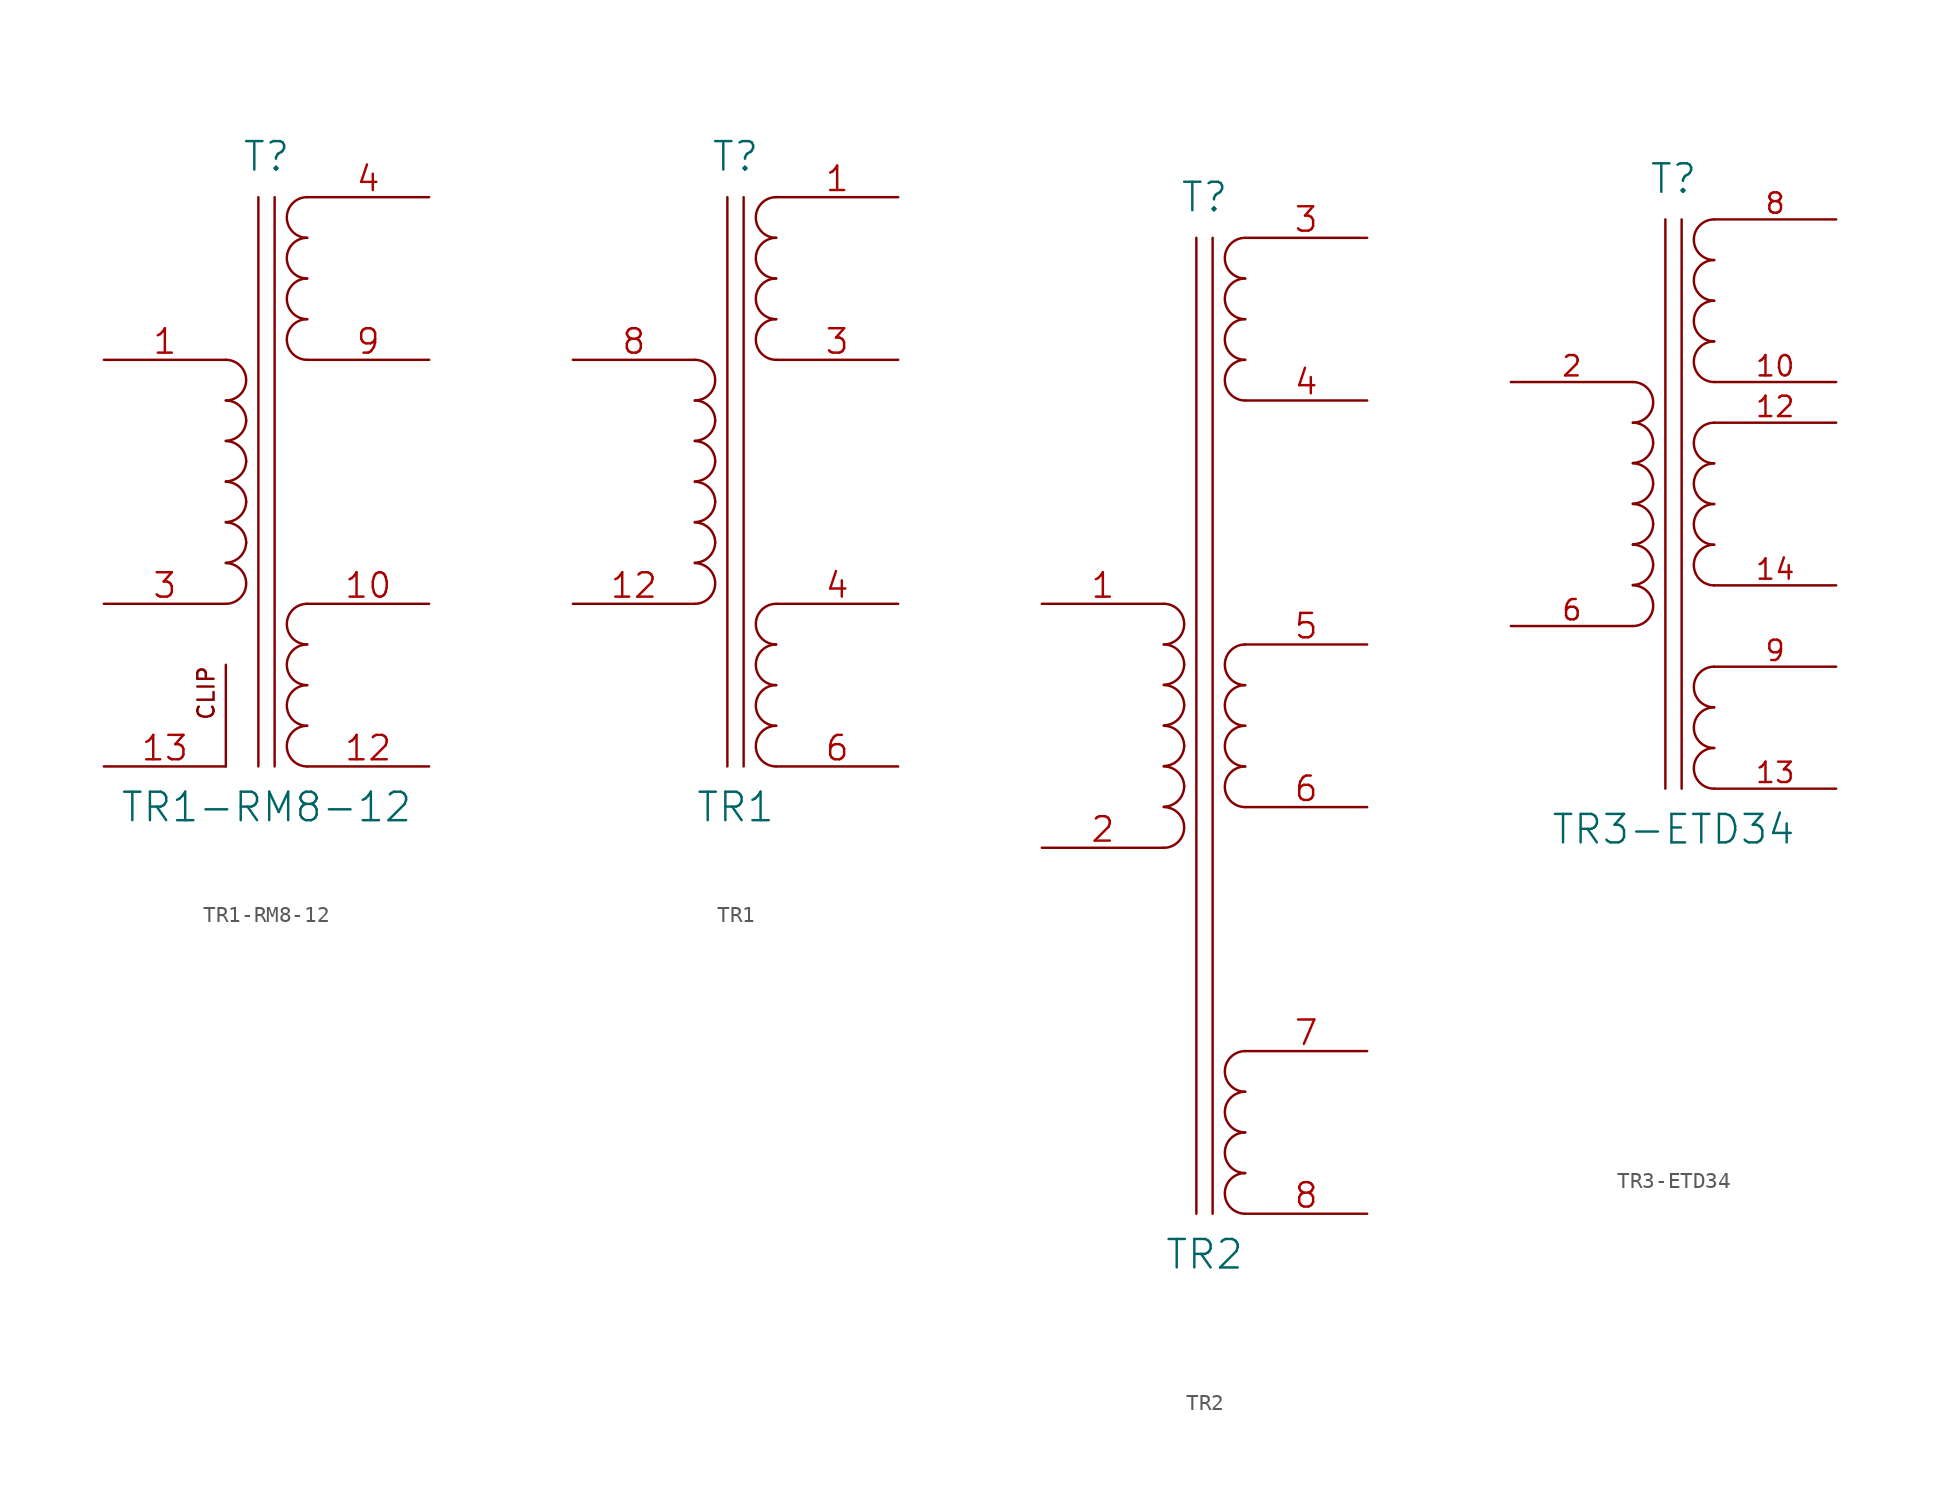
<source format=kicad_sym>
(kicad_symbol_lib
  (version 20211014)
  (generator kicad_symbol_editor)
  (symbol "TR1-RM8-12"
    (pin_names
      (offset 1.016) hide)
    (property "Reference" "T"
      (at 0 20.32 0)
      (effects (font (size 1.778 1.778))))
    (property "Value" "TR1-RM8-12"
      (at 0 -20.32 0)
      (effects (font (size 1.778 1.778))))
    (property "Footprint" ""
      (at 0 0 0)
      (effects (font (size 1.524 1.524))))
    (property "Datasheet" ""
      (at 0 0 0)
      (effects (font (size 1.524 1.524))))
    (symbol "TR1-RM8-12_0_0"
      (text "CLIP" (at -3.175 -11.43 900) (effects (font (size 1.016 1.016)) (justify right bottom))))
    (symbol "TR1-RM8-12_0_1"
      (arc (start -2.54 -7.62) (mid -1.27 -6.35) (end -2.54 -5.08) (stroke (width 0) (type default) (color 0 0 0 0)) (fill (type none)))
      (arc (start -2.54 -5.0546) (mid -1.6599 -4.6901) (end -1.27 -3.81) (stroke (width 0) (type default) (color 0 0 0 0)) (fill (type none)))
      (arc (start -2.54 -2.5146) (mid -1.6599 -2.1501) (end -1.27 -1.27) (stroke (width 0) (type default) (color 0 0 0 0)) (fill (type none)))
      (arc (start -2.54 0.0254) (mid -1.6599 0.3899) (end -1.27 1.27) (stroke (width 0) (type default) (color 0 0 0 0)) (fill (type none)))
      (arc (start -2.54 2.5654) (mid -1.6599 2.9299) (end -1.27 3.81) (stroke (width 0) (type default) (color 0 0 0 0)) (fill (type none)))
      (arc (start -2.54 5.08) (mid -1.27 6.35) (end -2.54 7.62) (stroke (width 0) (type default) (color 0 0 0 0)) (fill (type none)))
      (arc (start -1.27 -3.81) (mid -1.642 -2.912) (end -2.54 -2.54) (stroke (width 0) (type default) (color 0 0 0 0)) (fill (type none)))
      (arc (start -1.27 -1.27) (mid -1.642 -0.372) (end -2.54 0) (stroke (width 0) (type default) (color 0 0 0 0)) (fill (type none)))
      (arc (start -1.27 1.27) (mid -1.642 2.168) (end -2.54 2.54) (stroke (width 0) (type default) (color 0 0 0 0)) (fill (type none)))
      (arc (start -1.27 3.81) (mid -1.642 4.708) (end -2.54 5.08) (stroke (width 0) (type default) (color 0 0 0 0)) (fill (type none)))
      (polyline (pts (xy -2.54 -17.78) (xy -2.54 -11.43)) (stroke (width 0) (type default) (color 0 0 0 0)) (fill (type none)))
      (polyline (pts (xy -0.508 -17.78) (xy -0.508 17.78)) (stroke (width 0) (type default) (color 0 0 0 0)) (fill (type none)))
      (polyline (pts (xy 0.508 17.78) (xy 0.508 -17.78)) (stroke (width 0) (type default) (color 0 0 0 0)) (fill (type none)))
      (arc (start 2.54 -15.24) (mid 1.27 -16.51) (end 2.54 -17.78) (stroke (width 0) (type default) (color 0 0 0 0)) (fill (type none)))
      (arc (start 2.54 -12.7) (mid 1.27 -13.97) (end 2.54 -15.24) (stroke (width 0) (type default) (color 0 0 0 0)) (fill (type none)))
      (arc (start 2.54 -10.16) (mid 1.27 -11.43) (end 2.54 -12.7) (stroke (width 0) (type default) (color 0 0 0 0)) (fill (type none)))
      (arc (start 2.54 -7.62) (mid 1.27 -8.89) (end 2.54 -10.16) (stroke (width 0) (type default) (color 0 0 0 0)) (fill (type none)))
      (arc (start 2.54 10.16) (mid 1.27 8.89) (end 2.54 7.62) (stroke (width 0) (type default) (color 0 0 0 0)) (fill (type none)))
      (arc (start 2.54 12.7) (mid 1.27 11.43) (end 2.54 10.16) (stroke (width 0) (type default) (color 0 0 0 0)) (fill (type none)))
      (arc (start 2.54 15.24) (mid 1.27 13.97) (end 2.54 12.7) (stroke (width 0) (type default) (color 0 0 0 0)) (fill (type none)))
      (arc (start 2.54 17.78) (mid 1.27 16.51) (end 2.54 15.24) (stroke (width 0) (type default) (color 0 0 0 0)) (fill (type none))))
    (symbol "TR1-RM8-12_1_1"
      (pin passive line (at -10.16 7.62 0) (length 7.62) (name "AA" (effects (font (size 1.524 1.524)))) (number "1" (effects (font (size 1.524 1.524)))))
      (pin passive line (at 10.16 -7.62 180) (length 7.62) (name "SC" (effects (font (size 1.524 1.524)))) (number "10" (effects (font (size 1.524 1.524)))))
      (pin no_connect line (at -10.16 14.605 0) (length 7.62) hide (name "~" (effects (font (size 1.524 1.524)))) (number "11" (effects (font (size 1.524 1.524)))))
      (pin passive line (at 10.16 -17.78 180) (length 7.62) (name "SD" (effects (font (size 1.524 1.524)))) (number "12" (effects (font (size 1.524 1.524)))))
      (pin passive line (at -10.16 -17.78 0) (length 7.62) (name "~" (effects (font (size 1.524 1.524)))) (number "13" (effects (font (size 1.524 1.524)))))
      (pin no_connect line (at 10.16 3.81 180) (length 7.62) hide (name "~" (effects (font (size 1.524 1.524)))) (number "2" (effects (font (size 1.524 1.524)))))
      (pin passive line (at -10.16 -7.62 0) (length 7.62) (name "AB" (effects (font (size 1.524 1.524)))) (number "3" (effects (font (size 1.524 1.524)))))
      (pin passive line (at 10.16 17.78 180) (length 7.62) (name "SA" (effects (font (size 1.524 1.524)))) (number "4" (effects (font (size 1.524 1.524)))))
      (pin no_connect line (at 10.16 1.27 180) (length 7.62) hide (name "~" (effects (font (size 1.524 1.524)))) (number "5" (effects (font (size 1.524 1.524)))))
      (pin no_connect line (at 10.16 -1.27 180) (length 7.62) hide (name "~" (effects (font (size 1.524 1.524)))) (number "6" (effects (font (size 1.524 1.524)))))
      (pin no_connect line (at 10.16 -3.81 180) (length 7.62) hide (name "~" (effects (font (size 1.524 1.524)))) (number "7" (effects (font (size 1.524 1.524)))))
      (pin no_connect line (at -10.16 17.145 0) (length 7.62) hide (name "~" (effects (font (size 1.524 1.524)))) (number "8" (effects (font (size 1.524 1.524)))))
      (pin passive line (at 10.16 7.62 180) (length 7.62) (name "SB" (effects (font (size 1.524 1.524)))) (number "9" (effects (font (size 1.524 1.524)))))))
  (symbol "TR1"
    (pin_names
      (offset 1.016) hide)
    (property "Reference" "T"
      (at 0 20.32 0)
      (effects (font (size 1.778 1.778))))
    (property "Value" "TR1"
      (at 0 -20.32 0)
      (effects (font (size 1.778 1.778))))
    (property "Footprint" ""
      (at 0 0 0)
      (effects (font (size 1.524 1.524))))
    (property "Datasheet" ""
      (at 0 0 0)
      (effects (font (size 1.524 1.524))))
    (symbol "TR1_0_1"
      (arc (start -2.54 -7.62) (mid -1.27 -6.35) (end -2.54 -5.08) (stroke (width 0) (type default) (color 0 0 0 0)) (fill (type none)))
      (arc (start -2.54 -5.0546) (mid -1.6599 -4.6901) (end -1.27 -3.81) (stroke (width 0) (type default) (color 0 0 0 0)) (fill (type none)))
      (arc (start -2.54 -2.5146) (mid -1.6599 -2.1501) (end -1.27 -1.27) (stroke (width 0) (type default) (color 0 0 0 0)) (fill (type none)))
      (arc (start -2.54 0.0254) (mid -1.6599 0.3899) (end -1.27 1.27) (stroke (width 0) (type default) (color 0 0 0 0)) (fill (type none)))
      (arc (start -2.54 2.5654) (mid -1.6599 2.9299) (end -1.27 3.81) (stroke (width 0) (type default) (color 0 0 0 0)) (fill (type none)))
      (arc (start -2.54 5.08) (mid -1.27 6.35) (end -2.54 7.62) (stroke (width 0) (type default) (color 0 0 0 0)) (fill (type none)))
      (arc (start -1.27 -3.81) (mid -1.642 -2.912) (end -2.54 -2.54) (stroke (width 0) (type default) (color 0 0 0 0)) (fill (type none)))
      (arc (start -1.27 -1.27) (mid -1.642 -0.372) (end -2.54 0) (stroke (width 0) (type default) (color 0 0 0 0)) (fill (type none)))
      (arc (start -1.27 1.27) (mid -1.642 2.168) (end -2.54 2.54) (stroke (width 0) (type default) (color 0 0 0 0)) (fill (type none)))
      (arc (start -1.27 3.81) (mid -1.642 4.708) (end -2.54 5.08) (stroke (width 0) (type default) (color 0 0 0 0)) (fill (type none)))
      (polyline (pts (xy -0.508 -17.78) (xy -0.508 17.78)) (stroke (width 0) (type default) (color 0 0 0 0)) (fill (type none)))
      (polyline (pts (xy 0.508 17.78) (xy 0.508 -17.78)) (stroke (width 0) (type default) (color 0 0 0 0)) (fill (type none)))
      (arc (start 2.54 -15.24) (mid 1.27 -16.51) (end 2.54 -17.78) (stroke (width 0) (type default) (color 0 0 0 0)) (fill (type none)))
      (arc (start 2.54 -12.7) (mid 1.27 -13.97) (end 2.54 -15.24) (stroke (width 0) (type default) (color 0 0 0 0)) (fill (type none)))
      (arc (start 2.54 -10.16) (mid 1.27 -11.43) (end 2.54 -12.7) (stroke (width 0) (type default) (color 0 0 0 0)) (fill (type none)))
      (arc (start 2.54 -7.62) (mid 1.27 -8.89) (end 2.54 -10.16) (stroke (width 0) (type default) (color 0 0 0 0)) (fill (type none)))
      (arc (start 2.54 10.16) (mid 1.27 8.89) (end 2.54 7.62) (stroke (width 0) (type default) (color 0 0 0 0)) (fill (type none)))
      (arc (start 2.54 12.7) (mid 1.27 11.43) (end 2.54 10.16) (stroke (width 0) (type default) (color 0 0 0 0)) (fill (type none)))
      (arc (start 2.54 15.24) (mid 1.27 13.97) (end 2.54 12.7) (stroke (width 0) (type default) (color 0 0 0 0)) (fill (type none)))
      (arc (start 2.54 17.78) (mid 1.27 16.51) (end 2.54 15.24) (stroke (width 0) (type default) (color 0 0 0 0)) (fill (type none))))
    (symbol "TR1_1_1"
      (pin passive line (at 10.16 17.78 180) (length 7.62) (name "SA" (effects (font (size 1.524 1.524)))) (number "1" (effects (font (size 1.524 1.524)))))
      (pin passive line (at -10.16 -7.62 0) (length 7.62) (name "AB" (effects (font (size 1.524 1.524)))) (number "12" (effects (font (size 1.524 1.524)))))
      (pin passive line (at 10.16 7.62 180) (length 7.62) (name "SB" (effects (font (size 1.524 1.524)))) (number "3" (effects (font (size 1.524 1.524)))))
      (pin passive line (at 10.16 -7.62 180) (length 7.62) (name "SC" (effects (font (size 1.524 1.524)))) (number "4" (effects (font (size 1.524 1.524)))))
      (pin passive line (at 10.16 -17.78 180) (length 7.62) (name "SD" (effects (font (size 1.524 1.524)))) (number "6" (effects (font (size 1.524 1.524)))))
      (pin passive line (at -10.16 7.62 0) (length 7.62) (name "AA" (effects (font (size 1.524 1.524)))) (number "8" (effects (font (size 1.524 1.524)))))))
  (symbol "TR2"
    (pin_names
      (offset 1.016) hide)
    (property "Reference" "T"
      (at 0 33.02 0)
      (effects (font (size 1.778 1.778))))
    (property "Value" "TR2"
      (at 0 -33.02 0)
      (effects (font (size 1.778 1.778))))
    (property "Footprint" ""
      (at 0 0 0)
      (effects (font (size 1.524 1.524))))
    (property "Datasheet" ""
      (at 0 0 0)
      (effects (font (size 1.524 1.524))))
    (symbol "TR2_0_1"
      (arc (start -2.54 -7.62) (mid -1.27 -6.35) (end -2.54 -5.08) (stroke (width 0) (type default) (color 0 0 0 0)) (fill (type none)))
      (arc (start -2.54 -5.0546) (mid -1.6599 -4.6901) (end -1.27 -3.81) (stroke (width 0) (type default) (color 0 0 0 0)) (fill (type none)))
      (arc (start -2.54 -2.5146) (mid -1.6599 -2.1501) (end -1.27 -1.27) (stroke (width 0) (type default) (color 0 0 0 0)) (fill (type none)))
      (arc (start -2.54 0.0254) (mid -1.6599 0.3899) (end -1.27 1.27) (stroke (width 0) (type default) (color 0 0 0 0)) (fill (type none)))
      (arc (start -2.54 2.5654) (mid -1.6599 2.9299) (end -1.27 3.81) (stroke (width 0) (type default) (color 0 0 0 0)) (fill (type none)))
      (arc (start -2.54 5.08) (mid -1.27 6.35) (end -2.54 7.62) (stroke (width 0) (type default) (color 0 0 0 0)) (fill (type none)))
      (arc (start -1.27 -3.81) (mid -1.642 -2.912) (end -2.54 -2.54) (stroke (width 0) (type default) (color 0 0 0 0)) (fill (type none)))
      (arc (start -1.27 -1.27) (mid -1.642 -0.372) (end -2.54 0) (stroke (width 0) (type default) (color 0 0 0 0)) (fill (type none)))
      (arc (start -1.27 1.27) (mid -1.642 2.168) (end -2.54 2.54) (stroke (width 0) (type default) (color 0 0 0 0)) (fill (type none)))
      (arc (start -1.27 3.81) (mid -1.642 4.708) (end -2.54 5.08) (stroke (width 0) (type default) (color 0 0 0 0)) (fill (type none)))
      (polyline (pts (xy -0.508 -30.48) (xy -0.508 30.48)) (stroke (width 0) (type default) (color 0 0 0 0)) (fill (type none)))
      (polyline (pts (xy 0.508 30.48) (xy 0.508 -30.48)) (stroke (width 0) (type default) (color 0 0 0 0)) (fill (type none)))
      (arc (start 2.54 -27.94) (mid 1.27 -29.21) (end 2.54 -30.48) (stroke (width 0) (type default) (color 0 0 0 0)) (fill (type none)))
      (arc (start 2.54 -25.4) (mid 1.27 -26.67) (end 2.54 -27.94) (stroke (width 0) (type default) (color 0 0 0 0)) (fill (type none)))
      (arc (start 2.54 -22.86) (mid 1.27 -24.13) (end 2.54 -25.4) (stroke (width 0) (type default) (color 0 0 0 0)) (fill (type none)))
      (arc (start 2.54 -20.32) (mid 1.27 -21.59) (end 2.54 -22.86) (stroke (width 0) (type default) (color 0 0 0 0)) (fill (type none)))
      (arc (start 2.54 -2.54) (mid 1.27 -3.81) (end 2.54 -5.08) (stroke (width 0) (type default) (color 0 0 0 0)) (fill (type none)))
      (arc (start 2.54 0) (mid 1.27 -1.27) (end 2.54 -2.54) (stroke (width 0) (type default) (color 0 0 0 0)) (fill (type none)))
      (arc (start 2.54 2.54) (mid 1.27 1.27) (end 2.54 0) (stroke (width 0) (type default) (color 0 0 0 0)) (fill (type none)))
      (arc (start 2.54 5.08) (mid 1.27 3.81) (end 2.54 2.54) (stroke (width 0) (type default) (color 0 0 0 0)) (fill (type none)))
      (arc (start 2.54 22.86) (mid 1.27 21.59) (end 2.54 20.32) (stroke (width 0) (type default) (color 0 0 0 0)) (fill (type none)))
      (arc (start 2.54 25.4) (mid 1.27 24.13) (end 2.54 22.86) (stroke (width 0) (type default) (color 0 0 0 0)) (fill (type none)))
      (arc (start 2.54 27.94) (mid 1.27 26.67) (end 2.54 25.4) (stroke (width 0) (type default) (color 0 0 0 0)) (fill (type none)))
      (arc (start 2.54 30.48) (mid 1.27 29.21) (end 2.54 27.94) (stroke (width 0) (type default) (color 0 0 0 0)) (fill (type none))))
    (symbol "TR2_1_1"
      (pin passive line (at -10.16 7.62 0) (length 7.62) (name "~" (effects (font (size 1.524 1.524)))) (number "1" (effects (font (size 1.524 1.524)))))
      (pin passive line (at -10.16 -7.62 0) (length 7.62) (name "~" (effects (font (size 1.524 1.524)))) (number "2" (effects (font (size 1.524 1.524)))))
      (pin input line (at 10.16 30.48 180) (length 7.62) (name "~" (effects (font (size 1.27 1.27)))) (number "3" (effects (font (size 1.524 1.524)))))
      (pin input line (at 10.16 20.32 180) (length 7.62) (name "~" (effects (font (size 1.27 1.27)))) (number "4" (effects (font (size 1.524 1.524)))))
      (pin passive line (at 10.16 5.08 180) (length 7.62) (name "~" (effects (font (size 1.524 1.524)))) (number "5" (effects (font (size 1.524 1.524)))))
      (pin passive line (at 10.16 -5.08 180) (length 7.62) (name "~" (effects (font (size 1.524 1.524)))) (number "6" (effects (font (size 1.524 1.524)))))
      (pin passive line (at 10.16 -20.32 180) (length 7.62) (name "~" (effects (font (size 1.524 1.524)))) (number "7" (effects (font (size 1.524 1.524)))))
      (pin passive line (at 10.16 -30.48 180) (length 7.62) (name "~" (effects (font (size 1.524 1.524)))) (number "8" (effects (font (size 1.524 1.524)))))))
  (symbol "TR3-ETD34"
    (pin_names
      (offset 1.016) hide)
    (property "Reference" "T"
      (at 0 20.32 0)
      (effects (font (size 1.778 1.778))))
    (property "Value" "TR3-ETD34"
      (at 0 -20.32 0)
      (effects (font (size 1.778 1.778))))
    (property "Footprint" ""
      (at 0 0 0)
      (effects (font (size 1.524 1.524))))
    (property "Datasheet" ""
      (at 0 0 0)
      (effects (font (size 1.524 1.524))))
    (symbol "TR3-ETD34_0_1"
      (arc (start -2.54 -7.62) (mid -1.27 -6.35) (end -2.54 -5.08) (stroke (width 0) (type default) (color 0 0 0 0)) (fill (type none)))
      (arc (start -2.54 -5.0546) (mid -1.6599 -4.6901) (end -1.27 -3.81) (stroke (width 0) (type default) (color 0 0 0 0)) (fill (type none)))
      (arc (start -2.54 -2.5146) (mid -1.6599 -2.1501) (end -1.27 -1.27) (stroke (width 0) (type default) (color 0 0 0 0)) (fill (type none)))
      (arc (start -2.54 0.0254) (mid -1.6599 0.3899) (end -1.27 1.27) (stroke (width 0) (type default) (color 0 0 0 0)) (fill (type none)))
      (arc (start -2.54 2.5654) (mid -1.6599 2.9299) (end -1.27 3.81) (stroke (width 0) (type default) (color 0 0 0 0)) (fill (type none)))
      (arc (start -2.54 5.08) (mid -1.27 6.35) (end -2.54 7.62) (stroke (width 0) (type default) (color 0 0 0 0)) (fill (type none)))
      (arc (start -1.27 -3.81) (mid -1.642 -2.912) (end -2.54 -2.54) (stroke (width 0) (type default) (color 0 0 0 0)) (fill (type none)))
      (arc (start -1.27 -1.27) (mid -1.642 -0.372) (end -2.54 0) (stroke (width 0) (type default) (color 0 0 0 0)) (fill (type none)))
      (arc (start -1.27 1.27) (mid -1.642 2.168) (end -2.54 2.54) (stroke (width 0) (type default) (color 0 0 0 0)) (fill (type none)))
      (arc (start -1.27 3.81) (mid -1.642 4.708) (end -2.54 5.08) (stroke (width 0) (type default) (color 0 0 0 0)) (fill (type none)))
      (polyline (pts (xy -0.508 -17.78) (xy -0.508 17.78)) (stroke (width 0) (type default) (color 0 0 0 0)) (fill (type none)))
      (polyline (pts (xy 0.508 17.78) (xy 0.508 -17.78)) (stroke (width 0) (type default) (color 0 0 0 0)) (fill (type none)))
      (arc (start 2.54 -15.24) (mid 1.27 -16.51) (end 2.54 -17.78) (stroke (width 0) (type default) (color 0 0 0 0)) (fill (type none)))
      (arc (start 2.54 -12.7) (mid 1.27 -13.97) (end 2.54 -15.24) (stroke (width 0) (type default) (color 0 0 0 0)) (fill (type none)))
      (arc (start 2.54 -10.16) (mid 1.27 -11.43) (end 2.54 -12.7) (stroke (width 0) (type default) (color 0 0 0 0)) (fill (type none)))
      (arc (start 2.54 -2.54) (mid 1.27 -3.81) (end 2.54 -5.08) (stroke (width 0) (type default) (color 0 0 0 0)) (fill (type none)))
      (arc (start 2.54 0) (mid 1.27 -1.27) (end 2.54 -2.54) (stroke (width 0) (type default) (color 0 0 0 0)) (fill (type none)))
      (arc (start 2.54 2.54) (mid 1.27 1.27) (end 2.54 0) (stroke (width 0) (type default) (color 0 0 0 0)) (fill (type none)))
      (arc (start 2.54 5.08) (mid 1.27 3.81) (end 2.54 2.54) (stroke (width 0) (type default) (color 0 0 0 0)) (fill (type none)))
      (arc (start 2.54 10.16) (mid 1.27 8.89) (end 2.54 7.62) (stroke (width 0) (type default) (color 0 0 0 0)) (fill (type none)))
      (arc (start 2.54 12.7) (mid 1.27 11.43) (end 2.54 10.16) (stroke (width 0) (type default) (color 0 0 0 0)) (fill (type none)))
      (arc (start 2.54 15.24) (mid 1.27 13.97) (end 2.54 12.7) (stroke (width 0) (type default) (color 0 0 0 0)) (fill (type none)))
      (arc (start 2.54 17.78) (mid 1.27 16.51) (end 2.54 15.24) (stroke (width 0) (type default) (color 0 0 0 0)) (fill (type none))))
    (symbol "TR3-ETD34_1_1"
      (pin no_connect line (at 3.81 -22.86 180) (length 7.62) hide (name "~" (effects (font (size 1.27 1.27)))) (number "1" (effects (font (size 1.27 1.27)))))
      (pin passive line (at 10.16 7.62 180) (length 7.62) (name "~" (effects (font (size 1.27 1.27)))) (number "10" (effects (font (size 1.27 1.27)))))
      (pin no_connect line (at 3.81 -35.56 180) (length 7.62) hide (name "~" (effects (font (size 1.27 1.27)))) (number "11" (effects (font (size 1.27 1.27)))))
      (pin input line (at 10.16 5.08 180) (length 7.62) (name "~" (effects (font (size 1.27 1.27)))) (number "12" (effects (font (size 1.27 1.27)))))
      (pin passive line (at 10.16 -17.78 180) (length 7.62) (name "~" (effects (font (size 1.27 1.27)))) (number "13" (effects (font (size 1.27 1.27)))))
      (pin input line (at 10.16 -5.08 180) (length 7.62) (name "~" (effects (font (size 1.27 1.27)))) (number "14" (effects (font (size 1.27 1.27)))))
      (pin passive line (at -10.16 7.62 0) (length 7.62) (name "~" (effects (font (size 1.27 1.27)))) (number "2" (effects (font (size 1.27 1.27)))))
      (pin no_connect line (at 3.81 -25.4 180) (length 7.62) hide (name "~" (effects (font (size 1.27 1.27)))) (number "3" (effects (font (size 1.27 1.27)))))
      (pin no_connect line (at 3.81 -27.94 180) (length 7.62) hide (name "~" (effects (font (size 1.27 1.27)))) (number "4" (effects (font (size 1.27 1.27)))))
      (pin no_connect line (at 3.81 -30.48 180) (length 7.62) hide (name "~" (effects (font (size 1.27 1.27)))) (number "5" (effects (font (size 1.27 1.27)))))
      (pin passive line (at -10.16 -7.62 0) (length 7.62) (name "~" (effects (font (size 1.27 1.27)))) (number "6" (effects (font (size 1.27 1.27)))))
      (pin no_connect line (at 3.81 -33.02 180) (length 7.62) hide (name "~" (effects (font (size 1.27 1.27)))) (number "7" (effects (font (size 1.27 1.27)))))
      (pin passive line (at 10.16 17.78 180) (length 7.62) (name "~" (effects (font (size 1.27 1.27)))) (number "8" (effects (font (size 1.27 1.27)))))
      (pin passive line (at 10.16 -10.16 180) (length 7.62) (name "~" (effects (font (size 1.27 1.27)))) (number "9" (effects (font (size 1.27 1.27))))))))
</source>
